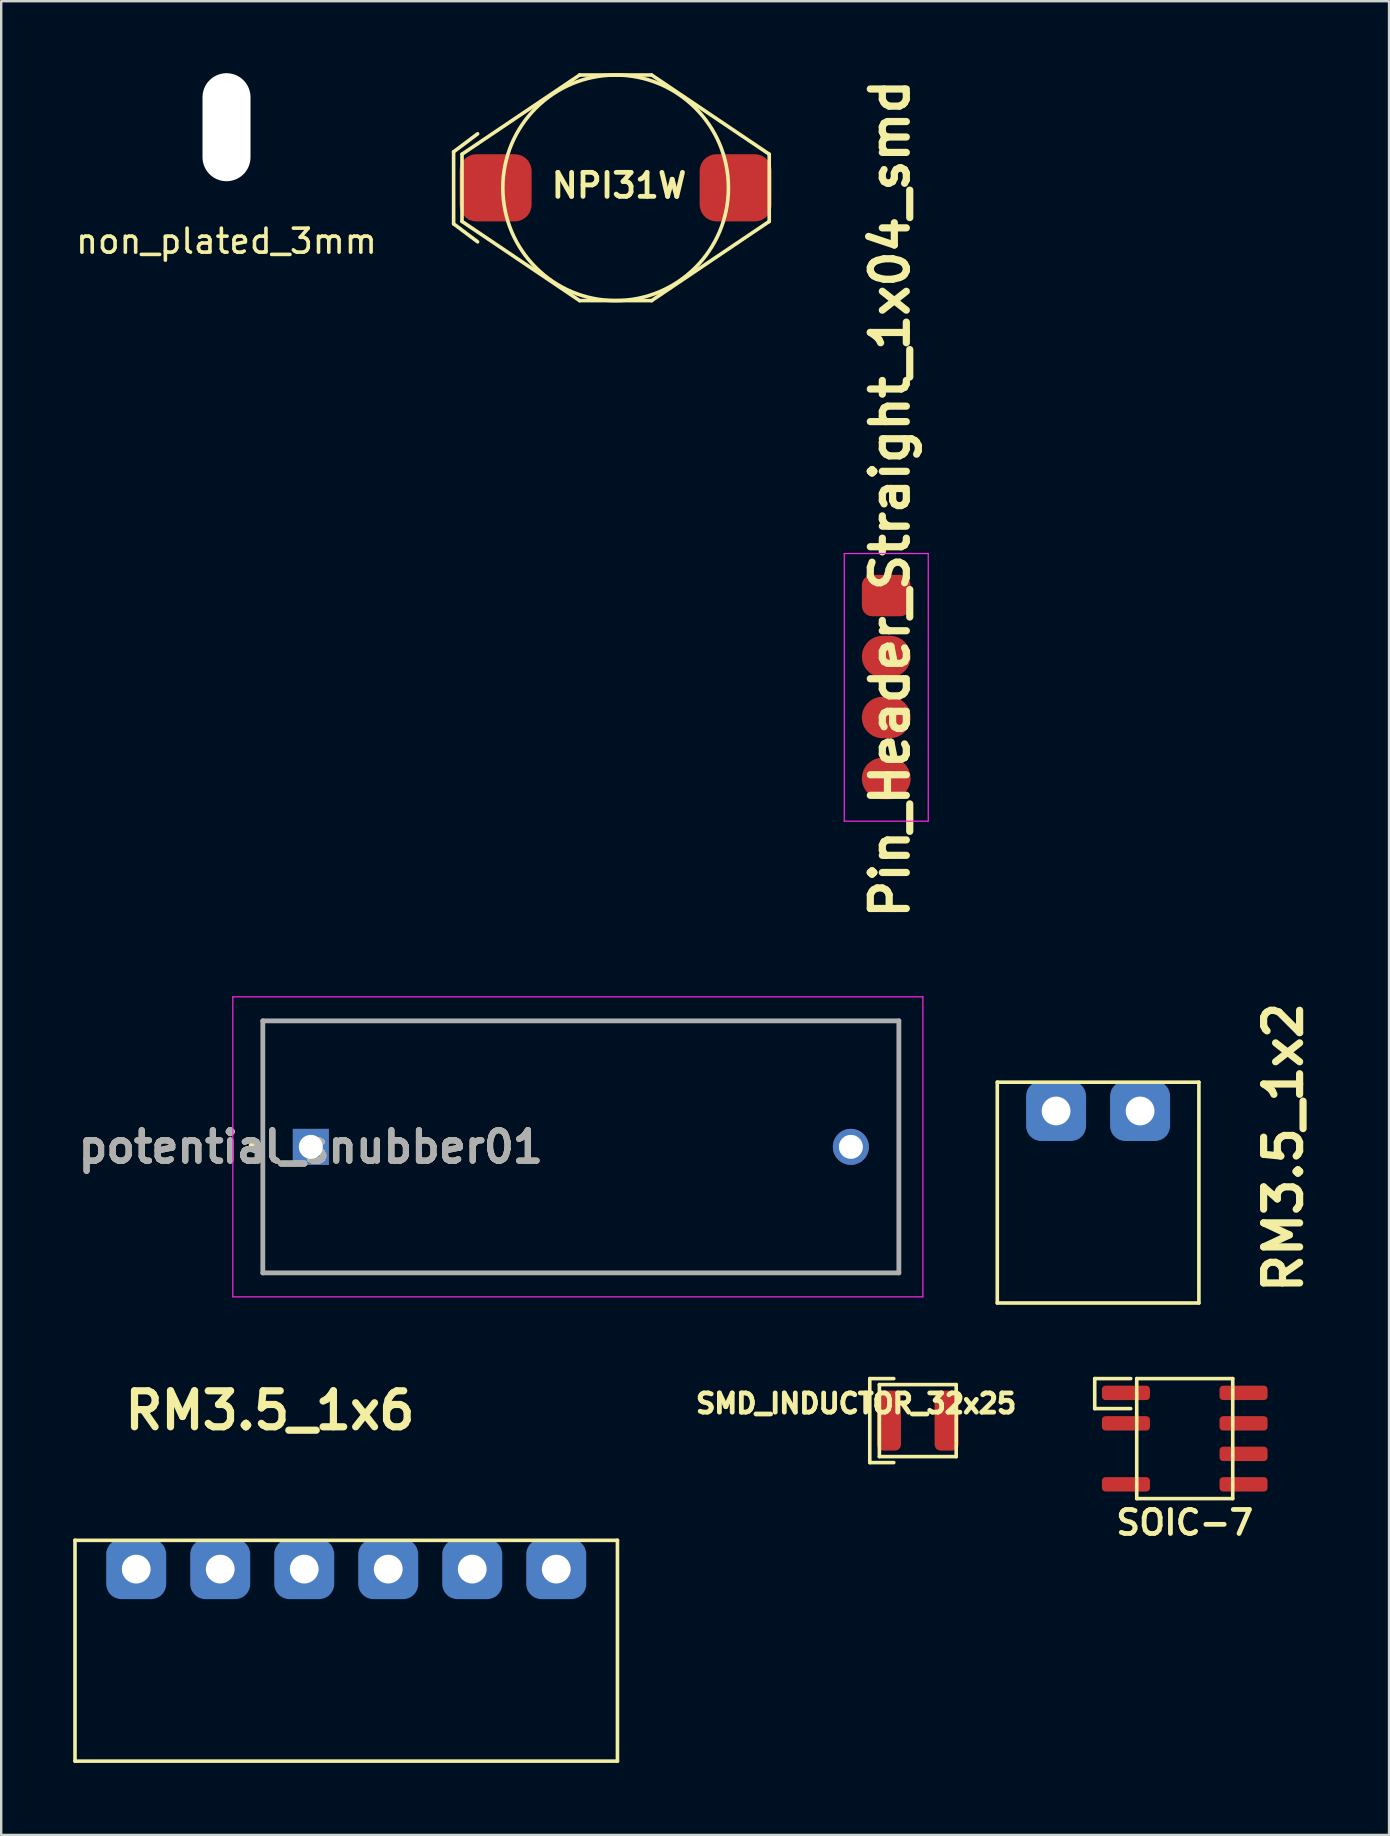
<source format=kicad_pcb>
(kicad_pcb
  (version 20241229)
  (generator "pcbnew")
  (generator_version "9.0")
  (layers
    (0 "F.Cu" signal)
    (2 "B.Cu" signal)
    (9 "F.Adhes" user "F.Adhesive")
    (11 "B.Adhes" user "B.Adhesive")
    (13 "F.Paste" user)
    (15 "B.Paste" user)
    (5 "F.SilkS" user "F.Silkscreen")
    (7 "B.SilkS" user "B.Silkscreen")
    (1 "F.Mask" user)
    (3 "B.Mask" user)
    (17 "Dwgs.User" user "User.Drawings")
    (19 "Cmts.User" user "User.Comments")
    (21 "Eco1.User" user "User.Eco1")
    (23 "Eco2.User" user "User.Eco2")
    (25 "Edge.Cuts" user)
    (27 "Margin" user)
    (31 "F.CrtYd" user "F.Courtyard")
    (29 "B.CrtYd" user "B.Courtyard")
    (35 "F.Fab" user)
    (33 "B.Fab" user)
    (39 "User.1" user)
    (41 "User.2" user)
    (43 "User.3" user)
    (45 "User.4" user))
  (footprint "RM3.5_1x6"
    (layer "F.Cu")
    (at 2.625 62.324)
    (property "Reference" "RM3.5_1x6" (at 5.572 -6.608 0) (layer "F.SilkS") (effects (font (size 1.5 1.5) (thickness 0.3))))
    (attr through_hole)
    (fp_line (start -2.55 -1.2) (end 20.05 -1.2) (stroke (width 0.15) (type solid)) (layer "F.SilkS"))
    (fp_line (start -2.55 8) (end -2.55 -1.2) (stroke (width 0.15) (type solid)) (layer "F.SilkS"))
    (fp_line (start -2.55 8) (end 20.05 8) (stroke (width 0.15) (type solid)) (layer "F.SilkS"))
    (fp_line (start 20.05 -1.2) (end 20.05 8) (stroke (width 0.15) (type solid)) (layer "F.SilkS"))
    (pad "1" thru_hole circle (at 0 0) (size 1.5 1.5) (drill 1.2) (layers "*.Cu" "*.Mask"))
    (pad "1" smd roundrect (at 0 0) (size 2.5 2.5) (layers "B.Cu" "B.Mask") (roundrect_rratio 0.25))
    (pad "2" thru_hole circle (at 3.5 0) (size 1.5 1.5) (drill 1.2) (layers "*.Cu" "*.Mask"))
    (pad "2" smd roundrect (at 3.5 0) (size 2.5 2.5) (layers "B.Cu" "B.Mask") (roundrect_rratio 0.25))
    (pad "3" thru_hole circle (at 7 0) (size 1.5 1.5) (drill 1.2) (layers "*.Cu" "*.Mask"))
    (pad "3" smd roundrect (at 7 0) (size 2.5 2.5) (layers "B.Cu" "B.Mask") (roundrect_rratio 0.25))
    (pad "4" thru_hole circle (at 10.5 0) (size 1.5 1.5) (drill 1.2) (layers "*.Cu" "*.Mask"))
    (pad "4" smd roundrect (at 10.5 0) (size 2.5 2.5) (layers "B.Cu" "B.Mask") (roundrect_rratio 0.25))
    (pad "5" thru_hole circle (at 14 0) (size 1.5 1.5) (drill 1.2) (layers "*.Cu" "*.Mask"))
    (pad "5" smd roundrect (at 14 0) (size 2.5 2.5) (layers "B.Cu" "B.Mask") (roundrect_rratio 0.25))
    (pad "6" thru_hole circle (at 17.5 0) (size 1.5 1.5) (drill 1.2) (layers "*.Cu" "*.Mask"))
    (pad "6" smd roundrect (at 17.5 0) (size 2.5 2.5) (layers "B.Cu" "B.Mask") (roundrect_rratio 0.25)))
  (footprint "NPI31W"
    (layer "F.Cu")
    (at 22.599 4.775)
    (property "Reference" "NPI31W" (at 0.142 -0.096 0) (layer "F.SilkS") (effects (font (size 1 1) (thickness 0.2))))
    (attr smd)
    (fp_line (start -6.75 -1.5) (end -6.75 1.5) (stroke (width 0.15) (type solid)) (layer "F.SilkS"))
    (fp_line (start -6.75 1.5) (end -5.75 2.25) (stroke (width 0.15) (type solid)) (layer "F.SilkS"))
    (fp_line (start -6.4 -1.4) (end -6.4 1.4) (stroke (width 0.15) (type solid)) (layer "F.SilkS"))
    (fp_line (start -6.4 1.4) (end -1.5 4.7) (stroke (width 0.15) (type solid)) (layer "F.SilkS"))
    (fp_line (start -5.75 -2.25) (end -6.75 -1.5) (stroke (width 0.15) (type solid)) (layer "F.SilkS"))
    (fp_line (start -1.5 -4.7) (end -6.4 -1.4) (stroke (width 0.15) (type solid)) (layer "F.SilkS"))
    (fp_line (start -1.5 4.7) (end 1.5 4.7) (stroke (width 0.15) (type solid)) (layer "F.SilkS"))
    (fp_line (start 1.5 -4.7) (end -1.5 -4.7) (stroke (width 0.15) (type solid)) (layer "F.SilkS"))
    (fp_line (start 1.5 4.7) (end 6.4 1.4) (stroke (width 0.15) (type solid)) (layer "F.SilkS"))
    (fp_line (start 6.4 -1.4) (end 1.5 -4.7) (stroke (width 0.15) (type solid)) (layer "F.SilkS"))
    (fp_line (start 6.4 1.4) (end 6.4 -1.4) (stroke (width 0.15) (type solid)) (layer "F.SilkS"))
    (fp_circle (center 0 0) (end -4.7 0) (stroke (width 0.15) (type solid)) (fill no) (layer "F.SilkS"))
    (pad "1" smd roundrect (at -5 0) (size 3 2.8) (layers "F.Cu" "F.Mask" "F.Paste") (roundrect_rratio 0.25))
    (pad "2" smd roundrect (at 5 0) (size 3 2.8) (layers "F.Cu" "F.Mask" "F.Paste") (roundrect_rratio 0.25)))
  (footprint "SOIC-7"
    (layer "F.Cu")
    (at 46.31 56.887)
    (property "Reference" "SOIC-7" (at 0 3.5 0) (layer "F.SilkS") (effects (font (size 1 1) (thickness 0.2))))
    (attr smd)
    (fp_line (start -3.75 -2.5) (end -3.75 -1.25) (stroke (width 0.15) (type solid)) (layer "F.SilkS"))
    (fp_line (start -3.75 -1.25) (end -2.25 -1.25) (stroke (width 0.15) (type solid)) (layer "F.SilkS"))
    (fp_line (start -2.25 -2.5) (end -3.75 -2.5) (stroke (width 0.15) (type solid)) (layer "F.SilkS"))
    (fp_line (start -2 -2.5) (end -2 2.5) (stroke (width 0.15) (type solid)) (layer "F.SilkS"))
    (fp_line (start -2 2.5) (end 2 2.5) (stroke (width 0.15) (type solid)) (layer "F.SilkS"))
    (fp_line (start 2 -2.5) (end -2 -2.5) (stroke (width 0.15) (type solid)) (layer "F.SilkS"))
    (fp_line (start 2 2.5) (end 2 -2.5) (stroke (width 0.15) (type solid)) (layer "F.SilkS"))
    (pad "1" smd roundrect (at -2.45 -1.905 270) (size 0.6 2) (layers "F.Cu" "F.Mask" "F.Paste") (roundrect_rratio 0.25))
    (pad "2" smd roundrect (at -2.45 -0.635 270) (size 0.6 2) (layers "F.Cu" "F.Mask" "F.Paste") (roundrect_rratio 0.25))
    (pad "4" smd roundrect (at -2.45 1.905 270) (size 0.6 2) (layers "F.Cu" "F.Mask" "F.Paste") (roundrect_rratio 0.25))
    (pad "5" smd roundrect (at 2.45 1.905 270) (size 0.6 2) (layers "F.Cu" "F.Mask" "F.Paste") (roundrect_rratio 0.25))
    (pad "6" smd roundrect (at 2.45 0.635 270) (size 0.6 2) (layers "F.Cu" "F.Mask" "F.Paste") (roundrect_rratio 0.25))
    (pad "7" smd roundrect (at 2.45 -0.635 270) (size 0.6 2) (layers "F.Cu" "F.Mask" "F.Paste") (roundrect_rratio 0.25))
    (pad "8" smd roundrect (at 2.45 -1.905 270) (size 0.6 2) (layers "F.Cu" "F.Mask" "F.Paste") (roundrect_rratio 0.25)))
  (footprint "potential_snubber01"
    (layer "F.Cu")
    (at 9.9 44.732)
    (property "Reference" "potential_snubber01" (at 0 0 0) (layer "F.SilkS") (effects (font (size 1.27 1.27) (thickness 0.254))))
    (attr through_hole)
    (fp_line (start -2 -5.25) (end 24.5 -5.25) (stroke (width 0.1) (type solid)) (layer "F.SilkS"))
    (fp_line (start -2 5.25) (end -2 -5.25) (stroke (width 0.1) (type solid)) (layer "F.SilkS"))
    (fp_line (start 24.5 -5.25) (end 24.5 5.25) (stroke (width 0.1) (type solid)) (layer "F.SilkS"))
    (fp_line (start 24.5 5.25) (end -2 5.25) (stroke (width 0.1) (type solid)) (layer "F.SilkS"))
    (fp_circle (center -2.35 0) (end -2.35 0.05) (stroke (width 0.2) (type solid)) (fill no) (layer "F.SilkS"))
    (fp_line (start -3.25 -6.25) (end 25.5 -6.25) (stroke (width 0.05) (type solid)) (layer "F.CrtYd"))
    (fp_line (start -3.25 6.25) (end -3.25 -6.25) (stroke (width 0.05) (type solid)) (layer "F.CrtYd"))
    (fp_line (start 25.5 -6.25) (end 25.5 6.25) (stroke (width 0.05) (type solid)) (layer "F.CrtYd"))
    (fp_line (start 25.5 6.25) (end -3.25 6.25) (stroke (width 0.05) (type solid)) (layer "F.CrtYd"))
    (fp_line (start -2 -5.25) (end 24.5 -5.25) (stroke (width 0.2) (type solid)) (layer "F.Fab"))
    (fp_line (start -2 5.25) (end -2 -5.25) (stroke (width 0.2) (type solid)) (layer "F.Fab"))
    (fp_line (start 24.5 -5.25) (end 24.5 5.25) (stroke (width 0.2) (type solid)) (layer "F.Fab"))
    (fp_line (start 24.5 5.25) (end -2 5.25) (stroke (width 0.2) (type solid)) (layer "F.Fab"))
    (fp_text user "${REFERENCE}" (at 0 0 0) (layer "F.Fab") (effects (font (size 1.27 1.27) (thickness 0.254))))
    (pad "1" thru_hole rect (at 0 0) (size 1.5 1.5) (drill 1) (layers "*.Cu" "*.Mask"))
    (pad "2" thru_hole circle (at 22.5 0) (size 1.5 1.5) (drill 1) (layers "*.Cu" "*.Mask")))
  (footprint "SMD_INDUCTOR_32x25"
    (layer "F.Cu")
    (at 35.188 56.137)
    (property "Reference" "SMD_INDUCTOR_32x25" (at -2.57 -0.712 0) (layer "F.SilkS") (effects (font (size 0.8 0.8) (thickness 0.2))))
    (attr smd)
    (fp_line (start -2 -1.75) (end -2 1.75) (stroke (width 0.15) (type solid)) (layer "F.SilkS"))
    (fp_line (start -2 1.75) (end -1 1.75) (stroke (width 0.15) (type solid)) (layer "F.SilkS"))
    (fp_line (start -1.6 -1.5) (end -1.6 1.5) (stroke (width 0.15) (type solid)) (layer "F.SilkS"))
    (fp_line (start -1.6 1.5) (end 1.6 1.5) (stroke (width 0.15) (type solid)) (layer "F.SilkS"))
    (fp_line (start -1 -1.75) (end -2 -1.75) (stroke (width 0.15) (type solid)) (layer "F.SilkS"))
    (fp_line (start 1.6 -1.5) (end -1.6 -1.5) (stroke (width 0.15) (type solid)) (layer "F.SilkS"))
    (fp_line (start 1.6 1.5) (end 1.6 -1.5) (stroke (width 0.15) (type solid)) (layer "F.SilkS"))
    (pad "1" smd roundrect (at -1.2 0 90) (size 2.5 1) (layers "F.Cu" "F.Mask" "F.Paste") (roundrect_rratio 0.25))
    (pad "2" smd roundrect (at 1.2 0 90) (size 2.5 1) (layers "F.Cu" "F.Mask" "F.Paste") (roundrect_rratio 0.25)))
  (footprint "RM3.5_1x2"
    (layer "F.Cu")
    (at 42.7 43.237)
    (property "Reference" "RM3.5_1x2" (at 7.718 1.52 270) (layer "F.SilkS") (effects (font (size 1.5 1.5) (thickness 0.3))))
    (attr through_hole)
    (fp_line (start -4.2 -1.2) (end 4.2 -1.2) (stroke (width 0.15) (type solid)) (layer "F.SilkS"))
    (fp_line (start -4.2 8) (end -4.2 -1.2) (stroke (width 0.15) (type solid)) (layer "F.SilkS"))
    (fp_line (start -4.2 8) (end 4.2 8) (stroke (width 0.15) (type solid)) (layer "F.SilkS"))
    (fp_line (start 4.2 -1.2) (end 4.2 8) (stroke (width 0.15) (type solid)) (layer "F.SilkS"))
    (pad "1" thru_hole circle (at -1.75 0) (size 1.5 1.5) (drill 1.2) (layers "*.Cu" "*.Mask"))
    (pad "1" smd roundrect (at -1.75 0) (size 2.5 2.5) (layers "B.Cu" "B.Mask") (roundrect_rratio 0.25))
    (pad "2" thru_hole circle (at 1.75 0) (size 1.5 1.5) (drill 1.2) (layers "*.Cu" "*.Mask"))
    (pad "2" smd roundrect (at 1.75 0) (size 2.5 2.5) (layers "B.Cu" "B.Mask") (roundrect_rratio 0.25)))
  (footprint "Pin_Header_Straight_1x04_smd"
    (layer "F.Cu")
    (at 33.874 21.763)
    (property "Reference" "Pin_Header_Straight_1x04_smd" (at 0.158 -4.034 270) (layer "F.SilkS") (effects (font (size 1.5 1.5) (thickness 0.3))))
    (attr through_hole)
    (fp_line (start -1.75 -1.75) (end -1.75 9.4) (stroke (width 0.05) (type solid)) (layer "F.CrtYd"))
    (fp_line (start -1.75 -1.75) (end 1.75 -1.75) (stroke (width 0.05) (type solid)) (layer "F.CrtYd"))
    (fp_line (start -1.75 9.4) (end 1.75 9.4) (stroke (width 0.05) (type solid)) (layer "F.CrtYd"))
    (fp_line (start 1.75 -1.75) (end 1.75 9.4) (stroke (width 0.05) (type solid)) (layer "F.CrtYd"))
    (pad "1" smd roundrect (at 0 0) (size 2.032 1.727) (layers "F.Cu" "F.Mask") (roundrect_rratio 0.25))
    (pad "2" smd oval (at 0 2.54) (size 2.032 1.727) (layers "F.Cu" "F.Mask"))
    (pad "3" smd oval (at 0 5.08) (size 2.032 1.727) (layers "F.Cu" "F.Mask"))
    (pad "4" smd oval (at 0 7.62) (size 2.032 1.727) (layers "F.Cu" "F.Mask")))
  (footprint "non_plated_3mm"
    (layer "F.Cu")
    (at 6.387 2.25)
    (property "Reference" "non_plated_3mm" (at 0 4.75 0) (layer "F.SilkS") (effects (font (size 1 1) (thickness 0.15))))
    (attr through_hole)
    (pad "" np_thru_hole oval (at 0 0) (size 2 4.5) (drill oval 2 4.5) (layers "*.Cu" "*.Mask")))
  (gr_rect
    (start -3 -3)
    (end 54.822 73.399)
    (stroke (width 0.1) (type default))
    (fill no)
    (layer "Edge.Cuts")))
</source>
